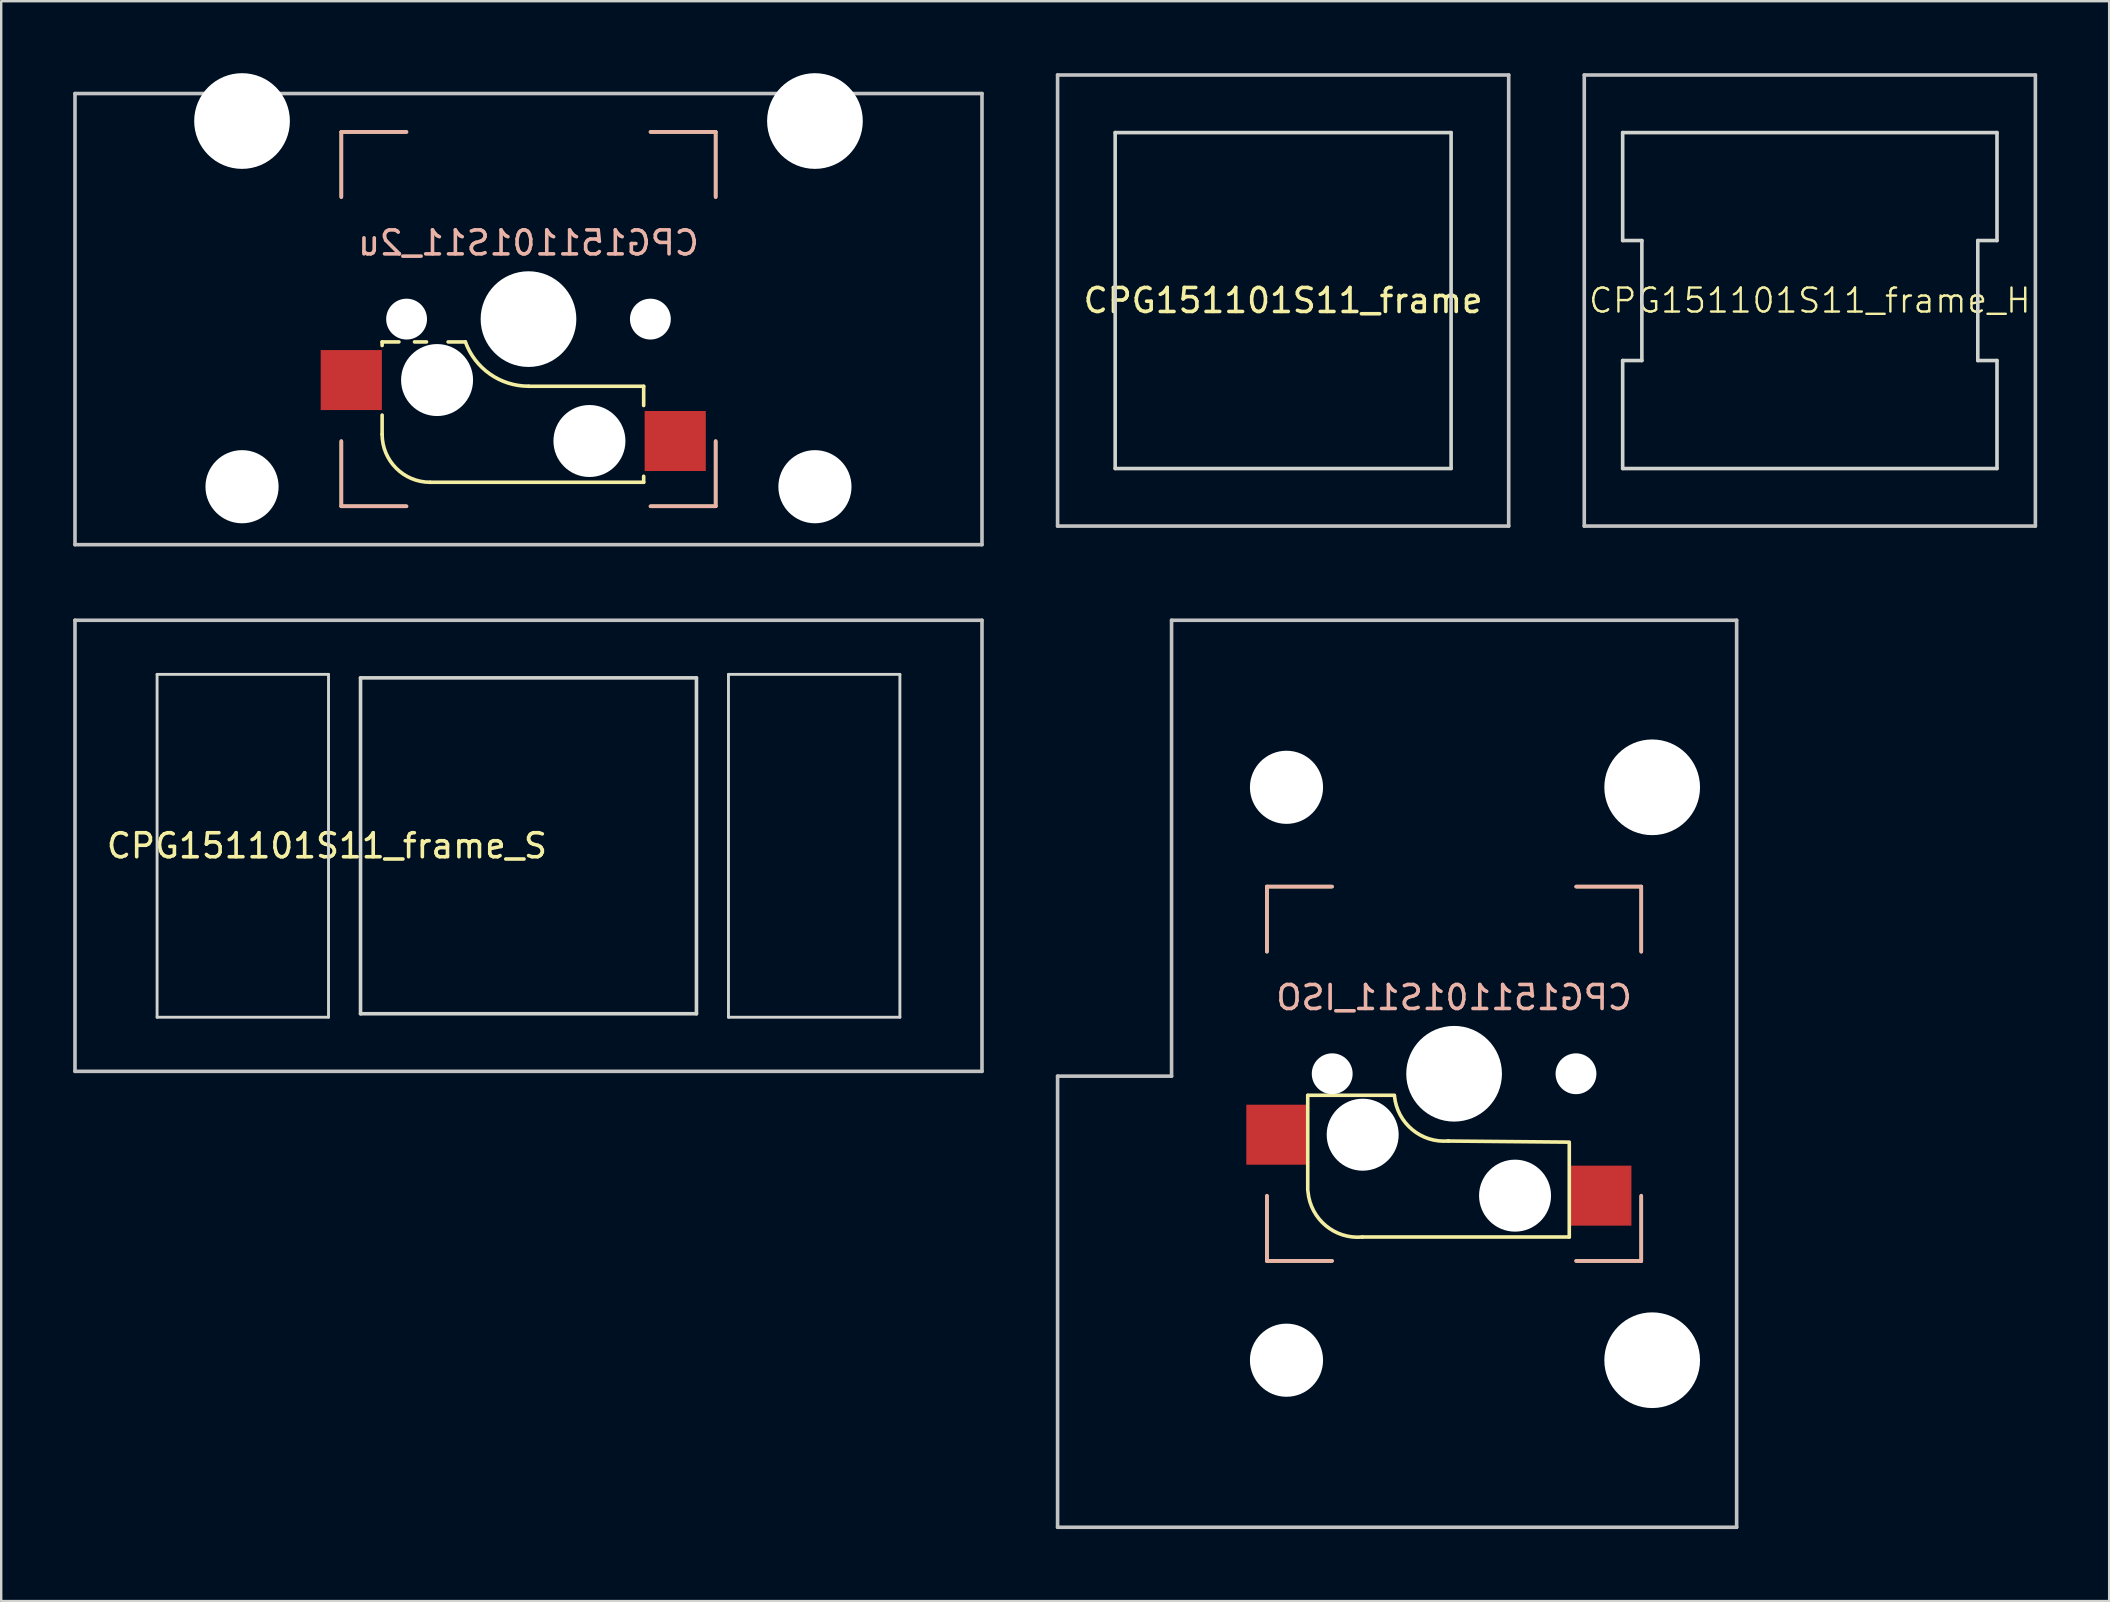
<source format=kicad_pcb>
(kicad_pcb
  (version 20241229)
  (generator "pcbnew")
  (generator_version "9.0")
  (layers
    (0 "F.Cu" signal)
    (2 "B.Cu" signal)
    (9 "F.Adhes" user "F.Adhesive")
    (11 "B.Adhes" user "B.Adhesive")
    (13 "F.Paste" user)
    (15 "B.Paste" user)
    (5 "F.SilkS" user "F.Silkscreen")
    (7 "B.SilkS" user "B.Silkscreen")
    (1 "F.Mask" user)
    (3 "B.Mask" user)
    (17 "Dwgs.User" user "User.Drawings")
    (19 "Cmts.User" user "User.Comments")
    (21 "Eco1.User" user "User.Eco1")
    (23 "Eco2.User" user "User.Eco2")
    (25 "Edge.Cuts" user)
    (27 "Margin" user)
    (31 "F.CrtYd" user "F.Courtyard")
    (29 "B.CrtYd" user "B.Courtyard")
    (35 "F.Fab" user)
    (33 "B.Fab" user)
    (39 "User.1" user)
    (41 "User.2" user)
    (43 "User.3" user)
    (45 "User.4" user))
  (footprint "CPG151101S11_ISO"
    (layer "F.Cu")
    (at 53.562 41.699)
    (property "Reference" "CPG151101S11_ISO" (at 3.988 -3.175 0) (layer "B.SilkS") (effects (font (size 1 1) (thickness 0.15)) (justify mirror)))
    (attr smd)
    (fp_line (start -3.812 -7.8) (end -3.812 -5.1) (stroke (width 0.15) (type solid)) (layer "F.SilkS"))
    (fp_line (start -3.812 5.1) (end -3.812 7.8) (stroke (width 0.15) (type solid)) (layer "F.SilkS"))
    (fp_line (start -3.812 7.8) (end -1.112 7.8) (stroke (width 0.15) (type solid)) (layer "F.SilkS"))
    (fp_line (start -2.112 0.896) (end 1.498 0.896) (stroke (width 0.15) (type solid)) (layer "F.SilkS"))
    (fp_line (start -2.112 4.85) (end -2.112 0.905) (stroke (width 0.15) (type solid)) (layer "F.SilkS"))
    (fp_line (start -1.112 -7.8) (end -3.812 -7.8) (stroke (width 0.15) (type solid)) (layer "F.SilkS"))
    (fp_line (start 8.788 2.85) (end 3.738 2.804) (stroke (width 0.15) (type solid)) (layer "F.SilkS"))
    (fp_line (start 8.788 2.896) (end 8.788 6.804) (stroke (width 0.15) (type solid)) (layer "F.SilkS"))
    (fp_line (start 8.788 6.804) (end 0.163 6.804) (stroke (width 0.15) (type solid)) (layer "F.SilkS"))
    (fp_line (start 9.088 7.8) (end 11.788 7.8) (stroke (width 0.15) (type solid)) (layer "F.SilkS"))
    (fp_line (start 11.788 -7.8) (end 9.088 -7.8) (stroke (width 0.15) (type solid)) (layer "F.SilkS"))
    (fp_line (start 11.788 -5.1) (end 11.788 -7.8) (stroke (width 0.15) (type solid)) (layer "F.SilkS"))
    (fp_line (start 11.788 7.8) (end 11.788 5.1) (stroke (width 0.15) (type solid)) (layer "F.SilkS"))
    (fp_arc (start 0.1628 6.804) (mid -1.359389 6.33089) (end -2.1012 4.92) (stroke (width 0.15) (type solid)) (layer "F.SilkS"))
    (fp_arc (start 3.7628 2.8) (mid 2.24344 2.328062) (end 1.502801 0.920001) (stroke (width 0.15) (type solid)) (layer "F.SilkS"))
    (fp_line (start -3.812 -7.8) (end -1.092 -7.8) (stroke (width 0.15) (type solid)) (layer "B.SilkS"))
    (fp_line (start -3.812 -5.08) (end -3.812 -7.8) (stroke (width 0.15) (type solid)) (layer "B.SilkS"))
    (fp_line (start -3.812 5.08) (end -3.812 7.8) (stroke (width 0.15) (type solid)) (layer "B.SilkS"))
    (fp_line (start -3.812 7.8) (end -1.092 7.8) (stroke (width 0.15) (type solid)) (layer "B.SilkS"))
    (fp_line (start 9.068 -7.8) (end 11.788 -7.8) (stroke (width 0.15) (type solid)) (layer "B.SilkS"))
    (fp_line (start 11.788 -7.8) (end 11.788 -5.08) (stroke (width 0.15) (type solid)) (layer "B.SilkS"))
    (fp_line (start 11.788 5.08) (end 11.788 7.8) (stroke (width 0.15) (type solid)) (layer "B.SilkS"))
    (fp_line (start 11.788 7.8) (end 9.068 7.8) (stroke (width 0.15) (type solid)) (layer "B.SilkS"))
    (fp_line (start -12.537 18.9) (end -12.537 0.1) (stroke (width 0.15) (type solid)) (layer "Dwgs.User"))
    (fp_line (start -12.537 18.9) (end 15.763 18.9) (stroke (width 0.15) (type solid)) (layer "Dwgs.User"))
    (fp_line (start -7.787 -18.9) (end -7.787 0.1) (stroke (width 0.15) (type solid)) (layer "Dwgs.User"))
    (fp_line (start -7.787 -18.9) (end 15.763 -18.9) (stroke (width 0.15) (type solid)) (layer "Dwgs.User"))
    (fp_line (start -7.787 0.1) (end -12.537 0.1) (stroke (width 0.15) (type solid)) (layer "Dwgs.User"))
    (fp_line (start 15.763 18.9) (end 15.763 -18.9) (stroke (width 0.15) (type solid)) (layer "Dwgs.User"))
    (fp_line (start -3.012 -7) (end -3.012 7) (stroke (width 0.15) (type solid)) (layer "Eco2.User"))
    (fp_line (start -3.012 -7) (end 10.988 -7) (stroke (width 0.15) (type solid)) (layer "Eco2.User"))
    (fp_line (start 10.988 7) (end -3.012 7) (stroke (width 0.15) (type solid)) (layer "Eco2.User"))
    (fp_line (start 10.988 7) (end 10.988 -7) (stroke (width 0.15) (type solid)) (layer "Eco2.User"))
    (pad "" np_thru_hole circle (at -2.997 -11.938 180) (size 3.048 3.048) (drill 3.048) (layers "*.Cu" "*.Mask"))
    (pad "" np_thru_hole circle (at -2.997 11.938 180) (size 3.048 3.048) (drill 3.048) (layers "*.Cu" "*.Mask"))
    (pad "" np_thru_hole circle (at -1.092 0 180) (size 1.702 1.702) (drill 1.702) (layers "*.Cu" "*.Mask"))
    (pad "" np_thru_hole circle (at 0.178 2.54 180) (size 3 3) (drill 3) (layers "*.Cu" "*.Mask"))
    (pad "" np_thru_hole circle (at 3.988 0 180) (size 3.988 3.988) (drill 3.988) (layers "*.Cu" "*.Mask"))
    (pad "" np_thru_hole circle (at 6.528 5.08 180) (size 3 3) (drill 3) (layers "*.Cu" "*.Mask"))
    (pad "" np_thru_hole circle (at 9.068 0 180) (size 1.702 1.702) (drill 1.702) (layers "*.Cu" "*.Mask"))
    (pad "" np_thru_hole circle (at 12.243 -11.938 180) (size 3.988 3.988) (drill 3.988) (layers "*.Cu" "*.Mask"))
    (pad "" np_thru_hole circle (at 12.243 11.938 180) (size 3.988 3.988) (drill 3.988) (layers "*.Cu" "*.Mask"))
    (pad "1" smd rect (at -3.397 2.54 180) (size 2.55 2.5) (layers "F.Cu" "F.Mask" "F.Paste"))
    (pad "2" smd rect (at 10.103 5.08) (size 2.55 2.5) (layers "F.Cu" "F.Mask" "F.Paste")))
  (footprint "CPG151101S11_frame_H"
    (layer "F.Cu")
    (at 72.375 9.475)
    (property "Reference" "CPG151101S11_frame_H" (at 0 0 0) (unlocked yes) (layer "F.SilkS") (effects (font (size 1 1) (thickness 0.1))))
    (fp_line (start -9.4 -9.4) (end 9.4 -9.4) (stroke (width 0.15) (type solid)) (layer "Dwgs.User"))
    (fp_line (start -9.4 9.4) (end -9.4 -9.4) (stroke (width 0.15) (type solid)) (layer "Dwgs.User"))
    (fp_line (start 9.4 -9.4) (end 9.4 9.4) (stroke (width 0.15) (type solid)) (layer "Dwgs.User"))
    (fp_line (start 9.4 9.4) (end -9.4 9.4) (stroke (width 0.15) (type solid)) (layer "Dwgs.User"))
    (fp_line (start -7.8 -7) (end 7.8 -7) (stroke (width 0.15) (type solid)) (layer "Edge.Cuts"))
    (fp_line (start -7.8 -2.5) (end -7.8 -7) (stroke (width 0.15) (type solid)) (layer "Edge.Cuts"))
    (fp_line (start -7.8 -2.5) (end -7 -2.5) (stroke (width 0.15) (type solid)) (layer "Edge.Cuts"))
    (fp_line (start -7.8 2.5) (end -7 2.5) (stroke (width 0.15) (type solid)) (layer "Edge.Cuts"))
    (fp_line (start -7.8 7) (end -7.8 2.5) (stroke (width 0.15) (type solid)) (layer "Edge.Cuts"))
    (fp_line (start -7.8 7) (end 7.8 7) (stroke (width 0.15) (type solid)) (layer "Edge.Cuts"))
    (fp_line (start -7 -2.5) (end -7 2.5) (stroke (width 0.15) (type solid)) (layer "Edge.Cuts"))
    (fp_line (start 7 -2.5) (end 7 2.5) (stroke (width 0.15) (type solid)) (layer "Edge.Cuts"))
    (fp_line (start 7 -2.5) (end 7.8 -2.5) (stroke (width 0.15) (type solid)) (layer "Edge.Cuts"))
    (fp_line (start 7 2.5) (end 7.8 2.5) (stroke (width 0.15) (type solid)) (layer "Edge.Cuts"))
    (fp_line (start 7.8 -2.5) (end 7.8 -7) (stroke (width 0.15) (type solid)) (layer "Edge.Cuts"))
    (fp_line (start 7.8 7) (end 7.8 2.5) (stroke (width 0.15) (type solid)) (layer "Edge.Cuts")))
  (footprint "CPG151101S11_frame"
    (layer "F.Cu")
    (at 50.425 9.475)
    (property "Reference" "CPG151101S11_frame" (at 0 0 0) (unlocked yes) (layer "F.SilkS") (effects (font (size 1 1) (thickness 0.15))))
    (fp_line (start -9.4 -9.4) (end 9.4 -9.4) (stroke (width 0.15) (type solid)) (layer "Dwgs.User"))
    (fp_line (start -9.4 9.4) (end -9.4 -9.4) (stroke (width 0.15) (type solid)) (layer "Dwgs.User"))
    (fp_line (start 9.4 -9.4) (end 9.4 9.4) (stroke (width 0.15) (type solid)) (layer "Dwgs.User"))
    (fp_line (start 9.4 9.4) (end -9.4 9.4) (stroke (width 0.15) (type solid)) (layer "Dwgs.User"))
    (fp_line (start -7 -7) (end -7 7) (stroke (width 0.15) (type solid)) (layer "Edge.Cuts"))
    (fp_line (start -7 -7) (end 7 -7) (stroke (width 0.15) (type solid)) (layer "Edge.Cuts"))
    (fp_line (start -7 7) (end 7 7) (stroke (width 0.15) (type solid)) (layer "Edge.Cuts"))
    (fp_line (start 7 -7) (end 7 7) (stroke (width 0.15) (type solid)) (layer "Edge.Cuts")))
  (footprint "CPG151101S11_frame_S"
    (layer "F.Cu")
    (at 18.975 32.199)
    (property "Reference" "CPG151101S11_frame_S" (at -8.4 0 180) (layer "F.SilkS") (effects (font (size 1 1) (thickness 0.15))))
    (fp_line (start -18.9 -9.4) (end 18.9 -9.4) (stroke (width 0.15) (type solid)) (layer "Dwgs.User"))
    (fp_line (start -18.9 9.4) (end -18.9 -9.4) (stroke (width 0.15) (type solid)) (layer "Dwgs.User"))
    (fp_line (start 18.9 -9.4) (end 18.9 9.4) (stroke (width 0.15) (type solid)) (layer "Dwgs.User"))
    (fp_line (start 18.9 9.4) (end -18.9 9.4) (stroke (width 0.15) (type solid)) (layer "Dwgs.User"))
    (fp_line (start -15.478 -7.144) (end -15.478 7.144) (stroke (width 0.12) (type solid)) (layer "Edge.Cuts"))
    (fp_line (start -15.478 7.144) (end -8.334 7.144) (stroke (width 0.12) (type solid)) (layer "Edge.Cuts"))
    (fp_line (start -8.334 -7.144) (end -15.478 -7.144) (stroke (width 0.12) (type solid)) (layer "Edge.Cuts"))
    (fp_line (start -8.334 7.144) (end -8.334 -7.144) (stroke (width 0.12) (type solid)) (layer "Edge.Cuts"))
    (fp_line (start -7 7) (end -7 -7) (stroke (width 0.15) (type solid)) (layer "Edge.Cuts"))
    (fp_line (start -7 7) (end 7 7) (stroke (width 0.15) (type solid)) (layer "Edge.Cuts"))
    (fp_line (start 7 -7) (end -7 -7) (stroke (width 0.15) (type solid)) (layer "Edge.Cuts"))
    (fp_line (start 7 -7) (end 7 7) (stroke (width 0.15) (type solid)) (layer "Edge.Cuts"))
    (fp_line (start 8.334 -7.144) (end 15.478 -7.144) (stroke (width 0.12) (type solid)) (layer "Edge.Cuts"))
    (fp_line (start 8.334 7.144) (end 8.334 -7.144) (stroke (width 0.12) (type solid)) (layer "Edge.Cuts"))
    (fp_line (start 8.334 7.144) (end 15.478 7.144) (stroke (width 0.12) (type solid)) (layer "Edge.Cuts"))
    (fp_line (start 15.478 -7.144) (end 15.478 7.144) (stroke (width 0.12) (type solid)) (layer "Edge.Cuts")))
  (footprint "CPG151101S11_2u"
    (layer "F.Cu")
    (at 18.975 10.249)
    (property "Reference" "CPG151101S11_2u" (at 0 -3.175 0) (layer "B.SilkS") (effects (font (size 1 1) (thickness 0.15)) (justify mirror)))
    (attr smd)
    (fp_line (start -7.8 -7.8) (end -7.8 -5.1) (stroke (width 0.15) (type solid)) (layer "F.SilkS"))
    (fp_line (start -7.8 5.1) (end -7.8 7.8) (stroke (width 0.15) (type solid)) (layer "F.SilkS"))
    (fp_line (start -7.8 7.8) (end -5.1 7.8) (stroke (width 0.15) (type solid)) (layer "F.SilkS"))
    (fp_line (start -6.1 0.95) (end -6.1 1.1) (stroke (width 0.15) (type solid)) (layer "F.SilkS"))
    (fp_line (start -6.1 4.8) (end -6.1 4) (stroke (width 0.15) (type solid)) (layer "F.SilkS"))
    (fp_line (start -5.4 0.95) (end -6.1 0.95) (stroke (width 0.15) (type solid)) (layer "F.SilkS"))
    (fp_line (start -5.1 -7.8) (end -7.8 -7.8) (stroke (width 0.15) (type solid)) (layer "F.SilkS"))
    (fp_line (start -4.75 0.95) (end -4.25 0.95) (stroke (width 0.15) (type solid)) (layer "F.SilkS"))
    (fp_line (start -3.35 0.95) (end -2.63 0.95) (stroke (width 0.15) (type solid)) (layer "F.SilkS"))
    (fp_line (start 4.8 2.8) (end 0 2.8) (stroke (width 0.15) (type solid)) (layer "F.SilkS"))
    (fp_line (start 4.8 2.8) (end 4.8 3.6) (stroke (width 0.15) (type solid)) (layer "F.SilkS"))
    (fp_line (start 4.8 6.8) (end -4.1 6.8) (stroke (width 0.15) (type solid)) (layer "F.SilkS"))
    (fp_line (start 4.8 6.8) (end 4.8 6.55) (stroke (width 0.15) (type solid)) (layer "F.SilkS"))
    (fp_line (start 5.1 7.8) (end 7.8 7.8) (stroke (width 0.15) (type solid)) (layer "F.SilkS"))
    (fp_line (start 7.8 -7.8) (end 5.1 -7.8) (stroke (width 0.15) (type solid)) (layer "F.SilkS"))
    (fp_line (start 7.8 -5.1) (end 7.8 -7.8) (stroke (width 0.15) (type solid)) (layer "F.SilkS"))
    (fp_line (start 7.8 7.8) (end 7.8 5.1) (stroke (width 0.15) (type solid)) (layer "F.SilkS"))
    (fp_arc (start -4.1 6.8) (mid -5.514214 6.214214) (end -6.1 4.8) (stroke (width 0.15) (type solid)) (layer "F.SilkS"))
    (fp_arc (start 0 2.796319) (mid -1.606689 2.288657) (end -2.63 0.95) (stroke (width 0.15) (type solid)) (layer "F.SilkS"))
    (fp_line (start -7.8 -7.8) (end -5.08 -7.8) (stroke (width 0.15) (type solid)) (layer "B.SilkS"))
    (fp_line (start -7.8 -5.08) (end -7.8 -7.8) (stroke (width 0.15) (type solid)) (layer "B.SilkS"))
    (fp_line (start -7.8 5.08) (end -7.8 7.8) (stroke (width 0.15) (type solid)) (layer "B.SilkS"))
    (fp_line (start -7.8 7.8) (end -5.08 7.8) (stroke (width 0.15) (type solid)) (layer "B.SilkS"))
    (fp_line (start 5.08 -7.8) (end 7.8 -7.8) (stroke (width 0.15) (type solid)) (layer "B.SilkS"))
    (fp_line (start 7.8 -7.8) (end 7.8 -5.08) (stroke (width 0.15) (type solid)) (layer "B.SilkS"))
    (fp_line (start 7.8 5.08) (end 7.8 7.8) (stroke (width 0.15) (type solid)) (layer "B.SilkS"))
    (fp_line (start 7.8 7.8) (end 5.08 7.8) (stroke (width 0.15) (type solid)) (layer "B.SilkS"))
    (fp_line (start -18.9 -9.4) (end -18.9 9.4) (stroke (width 0.15) (type solid)) (layer "Dwgs.User"))
    (fp_line (start -18.9 9.4) (end 18.9 9.4) (stroke (width 0.15) (type solid)) (layer "Dwgs.User"))
    (fp_line (start 18.9 -9.4) (end -18.9 -9.4) (stroke (width 0.15) (type solid)) (layer "Dwgs.User"))
    (fp_line (start 18.9 9.4) (end 18.9 -9.4) (stroke (width 0.15) (type solid)) (layer "Dwgs.User"))
    (fp_line (start -0.635 3.81) (end -0.635 3.81) (stroke (width 0.1) (type solid)) (layer "Eco1.User"))
    (fp_line (start -15.478 -7.144) (end -8.334 -7.144) (stroke (width 0.12) (type solid)) (layer "Eco2.User"))
    (fp_line (start -15.478 7.144) (end -15.478 -7.144) (stroke (width 0.12) (type solid)) (layer "Eco2.User"))
    (fp_line (start -8.334 -7.144) (end -8.334 7.144) (stroke (width 0.12) (type solid)) (layer "Eco2.User"))
    (fp_line (start -8.334 7.144) (end -15.478 7.144) (stroke (width 0.12) (type solid)) (layer "Eco2.User"))
    (fp_line (start -7 -7) (end -7 7) (stroke (width 0.15) (type solid)) (layer "Eco2.User"))
    (fp_line (start -7 -7) (end 7 -7) (stroke (width 0.15) (type solid)) (layer "Eco2.User"))
    (fp_line (start 7 7) (end -7 7) (stroke (width 0.15) (type solid)) (layer "Eco2.User"))
    (fp_line (start 7 7) (end 7 -7) (stroke (width 0.15) (type solid)) (layer "Eco2.User"))
    (fp_line (start 8.334 -7.144) (end 8.334 7.144) (stroke (width 0.12) (type solid)) (layer "Eco2.User"))
    (fp_line (start 8.334 -7.144) (end 15.478 -7.144) (stroke (width 0.12) (type solid)) (layer "Eco2.User"))
    (fp_line (start 8.334 7.144) (end 15.478 7.144) (stroke (width 0.12) (type solid)) (layer "Eco2.User"))
    (fp_line (start 15.478 7.144) (end 15.478 -7.144) (stroke (width 0.12) (type solid)) (layer "Eco2.User"))
    (pad "" np_thru_hole circle (at -11.938 -8.255 180) (size 3.988 3.988) (drill 3.988) (layers "*.Cu" "*.Mask"))
    (pad "" np_thru_hole circle (at -11.938 6.985 180) (size 3.048 3.048) (drill 3.048) (layers "*.Cu" "*.Mask"))
    (pad "" np_thru_hole circle (at -5.08 0 180) (size 1.702 1.702) (drill 1.702) (layers "*.Cu" "*.Mask"))
    (pad "" np_thru_hole circle (at -3.81 2.54 180) (size 3 3) (drill 3) (layers "*.Cu" "*.Mask"))
    (pad "" np_thru_hole circle (at 0 0 180) (size 3.988 3.988) (drill 3.988) (layers "*.Cu" "*.Mask"))
    (pad "" np_thru_hole circle (at 2.54 5.08 180) (size 3 3) (drill 3) (layers "*.Cu" "*.Mask"))
    (pad "" np_thru_hole circle (at 5.08 0 180) (size 1.702 1.702) (drill 1.702) (layers "*.Cu" "*.Mask"))
    (pad "" np_thru_hole circle (at 11.938 -8.255 180) (size 3.988 3.988) (drill 3.988) (layers "*.Cu" "*.Mask"))
    (pad "" np_thru_hole circle (at 11.938 6.985 180) (size 3.048 3.048) (drill 3.048) (layers "*.Cu" "*.Mask"))
    (pad "1" smd rect (at -7.385 2.54 180) (size 2.55 2.5) (layers "F.Cu" "F.Mask" "F.Paste"))
    (pad "2" smd rect (at 6.115 5.08) (size 2.55 2.5) (layers "F.Cu" "F.Mask" "F.Paste")))
  (gr_rect
    (start -3 -3)
    (end 84.85 63.674)
    (stroke (width 0.1) (type default))
    (fill no)
    (layer "Edge.Cuts")))
</source>
